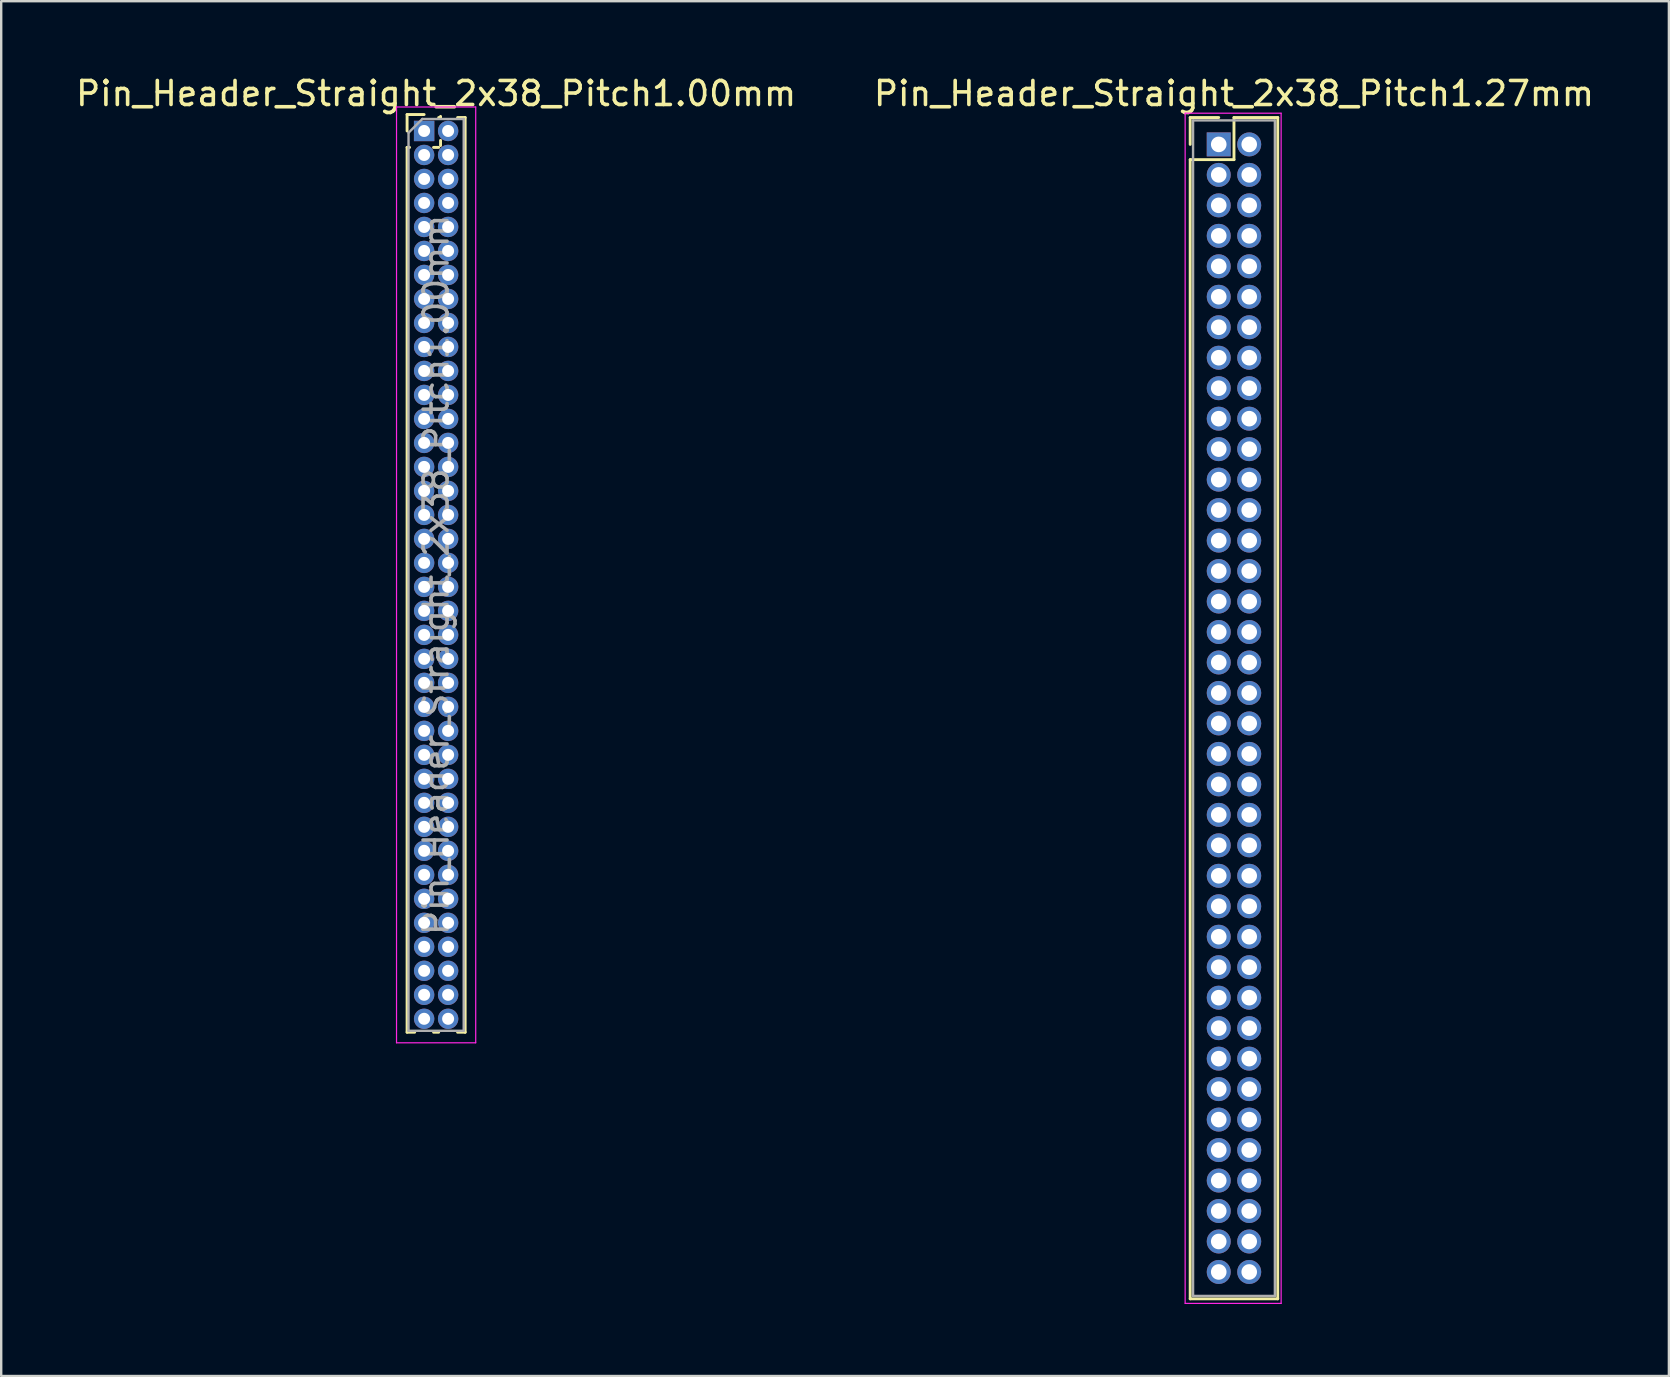
<source format=kicad_pcb>
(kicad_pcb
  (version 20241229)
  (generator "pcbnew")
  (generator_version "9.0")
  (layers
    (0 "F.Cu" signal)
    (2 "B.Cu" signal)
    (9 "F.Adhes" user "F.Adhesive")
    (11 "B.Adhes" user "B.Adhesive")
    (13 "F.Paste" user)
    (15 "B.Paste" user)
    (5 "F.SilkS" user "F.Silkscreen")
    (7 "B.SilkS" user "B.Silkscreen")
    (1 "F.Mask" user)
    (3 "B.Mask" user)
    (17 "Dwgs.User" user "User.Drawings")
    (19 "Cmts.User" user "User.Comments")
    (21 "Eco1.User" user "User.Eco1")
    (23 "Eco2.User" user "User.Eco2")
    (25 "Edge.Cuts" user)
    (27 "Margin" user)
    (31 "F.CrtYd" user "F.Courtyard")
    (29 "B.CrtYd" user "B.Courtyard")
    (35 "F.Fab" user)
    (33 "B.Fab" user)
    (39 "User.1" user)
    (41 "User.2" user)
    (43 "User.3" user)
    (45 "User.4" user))
  (footprint "Pin_Header_Straight_2x38_Pitch1.27mm"
    (layer "F.Cu")
    (at 47.74 2.968)
    (property "Reference" "Pin_Header_Straight_2x38_Pitch1.27mm" (at 0.635 -2.12 0) (layer "F.SilkS") (effects (font (size 1 1) (thickness 0.15))))
    (attr through_hole)
    (fp_line (start -1.19 -1.12) (end 0 -1.12) (stroke (width 0.12) (type solid)) (layer "F.SilkS"))
    (fp_line (start -1.19 0) (end -1.19 -1.12) (stroke (width 0.12) (type solid)) (layer "F.SilkS"))
    (fp_line (start -1.19 0.635) (end -1.19 48.11) (stroke (width 0.12) (type solid)) (layer "F.SilkS"))
    (fp_line (start -1.19 48.11) (end 2.46 48.11) (stroke (width 0.12) (type solid)) (layer "F.SilkS"))
    (fp_line (start 0.635 -1.12) (end 0.635 0.635) (stroke (width 0.12) (type solid)) (layer "F.SilkS"))
    (fp_line (start 0.635 0.635) (end -1.19 0.635) (stroke (width 0.12) (type solid)) (layer "F.SilkS"))
    (fp_line (start 2.46 -1.12) (end 0.635 -1.12) (stroke (width 0.12) (type solid)) (layer "F.SilkS"))
    (fp_line (start 2.46 48.11) (end 2.46 -1.12) (stroke (width 0.12) (type solid)) (layer "F.SilkS"))
    (fp_line (start -1.4 -1.3) (end -1.4 48.3) (stroke (width 0.05) (type solid)) (layer "F.CrtYd"))
    (fp_line (start -1.4 48.3) (end 2.6 48.3) (stroke (width 0.05) (type solid)) (layer "F.CrtYd"))
    (fp_line (start 2.6 -1.3) (end -1.4 -1.3) (stroke (width 0.05) (type solid)) (layer "F.CrtYd"))
    (fp_line (start 2.6 48.3) (end 2.6 -1.3) (stroke (width 0.05) (type solid)) (layer "F.CrtYd"))
    (fp_line (start -1.07 -1) (end -1.07 47.99) (stroke (width 0.1) (type solid)) (layer "F.Fab"))
    (fp_line (start -1.07 47.99) (end 2.34 47.99) (stroke (width 0.1) (type solid)) (layer "F.Fab"))
    (fp_line (start 2.34 -1) (end -1.07 -1) (stroke (width 0.1) (type solid)) (layer "F.Fab"))
    (fp_line (start 2.34 47.99) (end 2.34 -1) (stroke (width 0.1) (type solid)) (layer "F.Fab"))
    (pad "1" thru_hole rect (at 0 0) (size 1 1) (drill 0.65) (layers "*.Cu" "*.Mask"))
    (pad "2" thru_hole oval (at 1.27 0) (size 1 1) (drill 0.65) (layers "*.Cu" "*.Mask"))
    (pad "3" thru_hole oval (at 0 1.27) (size 1 1) (drill 0.65) (layers "*.Cu" "*.Mask"))
    (pad "4" thru_hole oval (at 1.27 1.27) (size 1 1) (drill 0.65) (layers "*.Cu" "*.Mask"))
    (pad "5" thru_hole oval (at 0 2.54) (size 1 1) (drill 0.65) (layers "*.Cu" "*.Mask"))
    (pad "6" thru_hole oval (at 1.27 2.54) (size 1 1) (drill 0.65) (layers "*.Cu" "*.Mask"))
    (pad "7" thru_hole oval (at 0 3.81) (size 1 1) (drill 0.65) (layers "*.Cu" "*.Mask"))
    (pad "8" thru_hole oval (at 1.27 3.81) (size 1 1) (drill 0.65) (layers "*.Cu" "*.Mask"))
    (pad "9" thru_hole oval (at 0 5.08) (size 1 1) (drill 0.65) (layers "*.Cu" "*.Mask"))
    (pad "10" thru_hole oval (at 1.27 5.08) (size 1 1) (drill 0.65) (layers "*.Cu" "*.Mask"))
    (pad "11" thru_hole oval (at 0 6.35) (size 1 1) (drill 0.65) (layers "*.Cu" "*.Mask"))
    (pad "12" thru_hole oval (at 1.27 6.35) (size 1 1) (drill 0.65) (layers "*.Cu" "*.Mask"))
    (pad "13" thru_hole oval (at 0 7.62) (size 1 1) (drill 0.65) (layers "*.Cu" "*.Mask"))
    (pad "14" thru_hole oval (at 1.27 7.62) (size 1 1) (drill 0.65) (layers "*.Cu" "*.Mask"))
    (pad "15" thru_hole oval (at 0 8.89) (size 1 1) (drill 0.65) (layers "*.Cu" "*.Mask"))
    (pad "16" thru_hole oval (at 1.27 8.89) (size 1 1) (drill 0.65) (layers "*.Cu" "*.Mask"))
    (pad "17" thru_hole oval (at 0 10.16) (size 1 1) (drill 0.65) (layers "*.Cu" "*.Mask"))
    (pad "18" thru_hole oval (at 1.27 10.16) (size 1 1) (drill 0.65) (layers "*.Cu" "*.Mask"))
    (pad "19" thru_hole oval (at 0 11.43) (size 1 1) (drill 0.65) (layers "*.Cu" "*.Mask"))
    (pad "20" thru_hole oval (at 1.27 11.43) (size 1 1) (drill 0.65) (layers "*.Cu" "*.Mask"))
    (pad "21" thru_hole oval (at 0 12.7) (size 1 1) (drill 0.65) (layers "*.Cu" "*.Mask"))
    (pad "22" thru_hole oval (at 1.27 12.7) (size 1 1) (drill 0.65) (layers "*.Cu" "*.Mask"))
    (pad "23" thru_hole oval (at 0 13.97) (size 1 1) (drill 0.65) (layers "*.Cu" "*.Mask"))
    (pad "24" thru_hole oval (at 1.27 13.97) (size 1 1) (drill 0.65) (layers "*.Cu" "*.Mask"))
    (pad "25" thru_hole oval (at 0 15.24) (size 1 1) (drill 0.65) (layers "*.Cu" "*.Mask"))
    (pad "26" thru_hole oval (at 1.27 15.24) (size 1 1) (drill 0.65) (layers "*.Cu" "*.Mask"))
    (pad "27" thru_hole oval (at 0 16.51) (size 1 1) (drill 0.65) (layers "*.Cu" "*.Mask"))
    (pad "28" thru_hole oval (at 1.27 16.51) (size 1 1) (drill 0.65) (layers "*.Cu" "*.Mask"))
    (pad "29" thru_hole oval (at 0 17.78) (size 1 1) (drill 0.65) (layers "*.Cu" "*.Mask"))
    (pad "30" thru_hole oval (at 1.27 17.78) (size 1 1) (drill 0.65) (layers "*.Cu" "*.Mask"))
    (pad "31" thru_hole oval (at 0 19.05) (size 1 1) (drill 0.65) (layers "*.Cu" "*.Mask"))
    (pad "32" thru_hole oval (at 1.27 19.05) (size 1 1) (drill 0.65) (layers "*.Cu" "*.Mask"))
    (pad "33" thru_hole oval (at 0 20.32) (size 1 1) (drill 0.65) (layers "*.Cu" "*.Mask"))
    (pad "34" thru_hole oval (at 1.27 20.32) (size 1 1) (drill 0.65) (layers "*.Cu" "*.Mask"))
    (pad "35" thru_hole oval (at 0 21.59) (size 1 1) (drill 0.65) (layers "*.Cu" "*.Mask"))
    (pad "36" thru_hole oval (at 1.27 21.59) (size 1 1) (drill 0.65) (layers "*.Cu" "*.Mask"))
    (pad "37" thru_hole oval (at 0 22.86) (size 1 1) (drill 0.65) (layers "*.Cu" "*.Mask"))
    (pad "38" thru_hole oval (at 1.27 22.86) (size 1 1) (drill 0.65) (layers "*.Cu" "*.Mask"))
    (pad "39" thru_hole oval (at 0 24.13) (size 1 1) (drill 0.65) (layers "*.Cu" "*.Mask"))
    (pad "40" thru_hole oval (at 1.27 24.13) (size 1 1) (drill 0.65) (layers "*.Cu" "*.Mask"))
    (pad "41" thru_hole oval (at 0 25.4) (size 1 1) (drill 0.65) (layers "*.Cu" "*.Mask"))
    (pad "42" thru_hole oval (at 1.27 25.4) (size 1 1) (drill 0.65) (layers "*.Cu" "*.Mask"))
    (pad "43" thru_hole oval (at 0 26.67) (size 1 1) (drill 0.65) (layers "*.Cu" "*.Mask"))
    (pad "44" thru_hole oval (at 1.27 26.67) (size 1 1) (drill 0.65) (layers "*.Cu" "*.Mask"))
    (pad "45" thru_hole oval (at 0 27.94) (size 1 1) (drill 0.65) (layers "*.Cu" "*.Mask"))
    (pad "46" thru_hole oval (at 1.27 27.94) (size 1 1) (drill 0.65) (layers "*.Cu" "*.Mask"))
    (pad "47" thru_hole oval (at 0 29.21) (size 1 1) (drill 0.65) (layers "*.Cu" "*.Mask"))
    (pad "48" thru_hole oval (at 1.27 29.21) (size 1 1) (drill 0.65) (layers "*.Cu" "*.Mask"))
    (pad "49" thru_hole oval (at 0 30.48) (size 1 1) (drill 0.65) (layers "*.Cu" "*.Mask"))
    (pad "50" thru_hole oval (at 1.27 30.48) (size 1 1) (drill 0.65) (layers "*.Cu" "*.Mask"))
    (pad "51" thru_hole oval (at 0 31.75) (size 1 1) (drill 0.65) (layers "*.Cu" "*.Mask"))
    (pad "52" thru_hole oval (at 1.27 31.75) (size 1 1) (drill 0.65) (layers "*.Cu" "*.Mask"))
    (pad "53" thru_hole oval (at 0 33.02) (size 1 1) (drill 0.65) (layers "*.Cu" "*.Mask"))
    (pad "54" thru_hole oval (at 1.27 33.02) (size 1 1) (drill 0.65) (layers "*.Cu" "*.Mask"))
    (pad "55" thru_hole oval (at 0 34.29) (size 1 1) (drill 0.65) (layers "*.Cu" "*.Mask"))
    (pad "56" thru_hole oval (at 1.27 34.29) (size 1 1) (drill 0.65) (layers "*.Cu" "*.Mask"))
    (pad "57" thru_hole oval (at 0 35.56) (size 1 1) (drill 0.65) (layers "*.Cu" "*.Mask"))
    (pad "58" thru_hole oval (at 1.27 35.56) (size 1 1) (drill 0.65) (layers "*.Cu" "*.Mask"))
    (pad "59" thru_hole oval (at 0 36.83) (size 1 1) (drill 0.65) (layers "*.Cu" "*.Mask"))
    (pad "60" thru_hole oval (at 1.27 36.83) (size 1 1) (drill 0.65) (layers "*.Cu" "*.Mask"))
    (pad "61" thru_hole oval (at 0 38.1) (size 1 1) (drill 0.65) (layers "*.Cu" "*.Mask"))
    (pad "62" thru_hole oval (at 1.27 38.1) (size 1 1) (drill 0.65) (layers "*.Cu" "*.Mask"))
    (pad "63" thru_hole oval (at 0 39.37) (size 1 1) (drill 0.65) (layers "*.Cu" "*.Mask"))
    (pad "64" thru_hole oval (at 1.27 39.37) (size 1 1) (drill 0.65) (layers "*.Cu" "*.Mask"))
    (pad "65" thru_hole oval (at 0 40.64) (size 1 1) (drill 0.65) (layers "*.Cu" "*.Mask"))
    (pad "66" thru_hole oval (at 1.27 40.64) (size 1 1) (drill 0.65) (layers "*.Cu" "*.Mask"))
    (pad "67" thru_hole oval (at 0 41.91) (size 1 1) (drill 0.65) (layers "*.Cu" "*.Mask"))
    (pad "68" thru_hole oval (at 1.27 41.91) (size 1 1) (drill 0.65) (layers "*.Cu" "*.Mask"))
    (pad "69" thru_hole oval (at 0 43.18) (size 1 1) (drill 0.65) (layers "*.Cu" "*.Mask"))
    (pad "70" thru_hole oval (at 1.27 43.18) (size 1 1) (drill 0.65) (layers "*.Cu" "*.Mask"))
    (pad "71" thru_hole oval (at 0 44.45) (size 1 1) (drill 0.65) (layers "*.Cu" "*.Mask"))
    (pad "72" thru_hole oval (at 1.27 44.45) (size 1 1) (drill 0.65) (layers "*.Cu" "*.Mask"))
    (pad "73" thru_hole oval (at 0 45.72) (size 1 1) (drill 0.65) (layers "*.Cu" "*.Mask"))
    (pad "74" thru_hole oval (at 1.27 45.72) (size 1 1) (drill 0.65) (layers "*.Cu" "*.Mask"))
    (pad "75" thru_hole oval (at 0 46.99) (size 1 1) (drill 0.65) (layers "*.Cu" "*.Mask"))
    (pad "76" thru_hole oval (at 1.27 46.99) (size 1 1) (drill 0.65) (layers "*.Cu" "*.Mask")))
  (footprint "Pin_Header_Straight_2x38_Pitch1.00mm"
    (layer "F.Cu")
    (at 14.625 2.408)
    (property "Reference" "Pin_Header_Straight_2x38_Pitch1.00mm" (at 0.5 -1.56 0) (layer "F.SilkS") (effects (font (size 1 1) (thickness 0.15))))
    (attr through_hole)
    (fp_line (start -0.71 -0.685) (end 0 -0.685) (stroke (width 0.12) (type solid)) (layer "F.SilkS"))
    (fp_line (start -0.71 0) (end -0.71 -0.685) (stroke (width 0.12) (type solid)) (layer "F.SilkS"))
    (fp_line (start -0.71 0.685) (end -0.71 37.56) (stroke (width 0.12) (type solid)) (layer "F.SilkS"))
    (fp_line (start -0.71 0.685) (end -0.608 0.685) (stroke (width 0.12) (type solid)) (layer "F.SilkS"))
    (fp_line (start -0.71 37.56) (end -0.394 37.56) (stroke (width 0.12) (type solid)) (layer "F.SilkS"))
    (fp_line (start 0.394 37.56) (end 0.606 37.56) (stroke (width 0.12) (type solid)) (layer "F.SilkS"))
    (fp_line (start 0.608 0.685) (end 0.392 0.685) (stroke (width 0.12) (type solid)) (layer "F.SilkS"))
    (fp_line (start 0.685 -0.608) (end 0.685 -0.56) (stroke (width 0.12) (type solid)) (layer "F.SilkS"))
    (fp_line (start 0.685 -0.56) (end 0.606 -0.56) (stroke (width 0.12) (type solid)) (layer "F.SilkS"))
    (fp_line (start 0.685 0.392) (end 0.685 0.608) (stroke (width 0.12) (type solid)) (layer "F.SilkS"))
    (fp_line (start 1.394 -0.56) (end 1.71 -0.56) (stroke (width 0.12) (type solid)) (layer "F.SilkS"))
    (fp_line (start 1.394 37.56) (end 1.71 37.56) (stroke (width 0.12) (type solid)) (layer "F.SilkS"))
    (fp_line (start 1.71 -0.56) (end 1.71 37.56) (stroke (width 0.12) (type solid)) (layer "F.SilkS"))
    (fp_line (start -1.15 -1) (end -1.15 38) (stroke (width 0.05) (type solid)) (layer "F.CrtYd"))
    (fp_line (start -1.15 38) (end 2.15 38) (stroke (width 0.05) (type solid)) (layer "F.CrtYd"))
    (fp_line (start 2.15 -1) (end -1.15 -1) (stroke (width 0.05) (type solid)) (layer "F.CrtYd"))
    (fp_line (start 2.15 38) (end 2.15 -1) (stroke (width 0.05) (type solid)) (layer "F.CrtYd"))
    (fp_line (start -0.65 0.075) (end -0.075 -0.5) (stroke (width 0.1) (type solid)) (layer "F.Fab"))
    (fp_line (start -0.65 37.5) (end -0.65 0.075) (stroke (width 0.1) (type solid)) (layer "F.Fab"))
    (fp_line (start -0.075 -0.5) (end 1.65 -0.5) (stroke (width 0.1) (type solid)) (layer "F.Fab"))
    (fp_line (start 1.65 -0.5) (end 1.65 37.5) (stroke (width 0.1) (type solid)) (layer "F.Fab"))
    (fp_line (start 1.65 37.5) (end -0.65 37.5) (stroke (width 0.1) (type solid)) (layer "F.Fab"))
    (fp_text user "${REFERENCE}" (at 0.5 18.5 90) (layer "F.Fab") (effects (font (size 1 1) (thickness 0.15))))
    (pad "1" thru_hole rect (at 0 0) (size 0.85 0.85) (drill 0.5) (layers "*.Cu" "*.Mask"))
    (pad "2" thru_hole oval (at 1 0) (size 0.85 0.85) (drill 0.5) (layers "*.Cu" "*.Mask"))
    (pad "3" thru_hole oval (at 0 1) (size 0.85 0.85) (drill 0.5) (layers "*.Cu" "*.Mask"))
    (pad "4" thru_hole oval (at 1 1) (size 0.85 0.85) (drill 0.5) (layers "*.Cu" "*.Mask"))
    (pad "5" thru_hole oval (at 0 2) (size 0.85 0.85) (drill 0.5) (layers "*.Cu" "*.Mask"))
    (pad "6" thru_hole oval (at 1 2) (size 0.85 0.85) (drill 0.5) (layers "*.Cu" "*.Mask"))
    (pad "7" thru_hole oval (at 0 3) (size 0.85 0.85) (drill 0.5) (layers "*.Cu" "*.Mask"))
    (pad "8" thru_hole oval (at 1 3) (size 0.85 0.85) (drill 0.5) (layers "*.Cu" "*.Mask"))
    (pad "9" thru_hole oval (at 0 4) (size 0.85 0.85) (drill 0.5) (layers "*.Cu" "*.Mask"))
    (pad "10" thru_hole oval (at 1 4) (size 0.85 0.85) (drill 0.5) (layers "*.Cu" "*.Mask"))
    (pad "11" thru_hole oval (at 0 5) (size 0.85 0.85) (drill 0.5) (layers "*.Cu" "*.Mask"))
    (pad "12" thru_hole oval (at 1 5) (size 0.85 0.85) (drill 0.5) (layers "*.Cu" "*.Mask"))
    (pad "13" thru_hole oval (at 0 6) (size 0.85 0.85) (drill 0.5) (layers "*.Cu" "*.Mask"))
    (pad "14" thru_hole oval (at 1 6) (size 0.85 0.85) (drill 0.5) (layers "*.Cu" "*.Mask"))
    (pad "15" thru_hole oval (at 0 7) (size 0.85 0.85) (drill 0.5) (layers "*.Cu" "*.Mask"))
    (pad "16" thru_hole oval (at 1 7) (size 0.85 0.85) (drill 0.5) (layers "*.Cu" "*.Mask"))
    (pad "17" thru_hole oval (at 0 8) (size 0.85 0.85) (drill 0.5) (layers "*.Cu" "*.Mask"))
    (pad "18" thru_hole oval (at 1 8) (size 0.85 0.85) (drill 0.5) (layers "*.Cu" "*.Mask"))
    (pad "19" thru_hole oval (at 0 9) (size 0.85 0.85) (drill 0.5) (layers "*.Cu" "*.Mask"))
    (pad "20" thru_hole oval (at 1 9) (size 0.85 0.85) (drill 0.5) (layers "*.Cu" "*.Mask"))
    (pad "21" thru_hole oval (at 0 10) (size 0.85 0.85) (drill 0.5) (layers "*.Cu" "*.Mask"))
    (pad "22" thru_hole oval (at 1 10) (size 0.85 0.85) (drill 0.5) (layers "*.Cu" "*.Mask"))
    (pad "23" thru_hole oval (at 0 11) (size 0.85 0.85) (drill 0.5) (layers "*.Cu" "*.Mask"))
    (pad "24" thru_hole oval (at 1 11) (size 0.85 0.85) (drill 0.5) (layers "*.Cu" "*.Mask"))
    (pad "25" thru_hole oval (at 0 12) (size 0.85 0.85) (drill 0.5) (layers "*.Cu" "*.Mask"))
    (pad "26" thru_hole oval (at 1 12) (size 0.85 0.85) (drill 0.5) (layers "*.Cu" "*.Mask"))
    (pad "27" thru_hole oval (at 0 13) (size 0.85 0.85) (drill 0.5) (layers "*.Cu" "*.Mask"))
    (pad "28" thru_hole oval (at 1 13) (size 0.85 0.85) (drill 0.5) (layers "*.Cu" "*.Mask"))
    (pad "29" thru_hole oval (at 0 14) (size 0.85 0.85) (drill 0.5) (layers "*.Cu" "*.Mask"))
    (pad "30" thru_hole oval (at 1 14) (size 0.85 0.85) (drill 0.5) (layers "*.Cu" "*.Mask"))
    (pad "31" thru_hole oval (at 0 15) (size 0.85 0.85) (drill 0.5) (layers "*.Cu" "*.Mask"))
    (pad "32" thru_hole oval (at 1 15) (size 0.85 0.85) (drill 0.5) (layers "*.Cu" "*.Mask"))
    (pad "33" thru_hole oval (at 0 16) (size 0.85 0.85) (drill 0.5) (layers "*.Cu" "*.Mask"))
    (pad "34" thru_hole oval (at 1 16) (size 0.85 0.85) (drill 0.5) (layers "*.Cu" "*.Mask"))
    (pad "35" thru_hole oval (at 0 17) (size 0.85 0.85) (drill 0.5) (layers "*.Cu" "*.Mask"))
    (pad "36" thru_hole oval (at 1 17) (size 0.85 0.85) (drill 0.5) (layers "*.Cu" "*.Mask"))
    (pad "37" thru_hole oval (at 0 18) (size 0.85 0.85) (drill 0.5) (layers "*.Cu" "*.Mask"))
    (pad "38" thru_hole oval (at 1 18) (size 0.85 0.85) (drill 0.5) (layers "*.Cu" "*.Mask"))
    (pad "39" thru_hole oval (at 0 19) (size 0.85 0.85) (drill 0.5) (layers "*.Cu" "*.Mask"))
    (pad "40" thru_hole oval (at 1 19) (size 0.85 0.85) (drill 0.5) (layers "*.Cu" "*.Mask"))
    (pad "41" thru_hole oval (at 0 20) (size 0.85 0.85) (drill 0.5) (layers "*.Cu" "*.Mask"))
    (pad "42" thru_hole oval (at 1 20) (size 0.85 0.85) (drill 0.5) (layers "*.Cu" "*.Mask"))
    (pad "43" thru_hole oval (at 0 21) (size 0.85 0.85) (drill 0.5) (layers "*.Cu" "*.Mask"))
    (pad "44" thru_hole oval (at 1 21) (size 0.85 0.85) (drill 0.5) (layers "*.Cu" "*.Mask"))
    (pad "45" thru_hole oval (at 0 22) (size 0.85 0.85) (drill 0.5) (layers "*.Cu" "*.Mask"))
    (pad "46" thru_hole oval (at 1 22) (size 0.85 0.85) (drill 0.5) (layers "*.Cu" "*.Mask"))
    (pad "47" thru_hole oval (at 0 23) (size 0.85 0.85) (drill 0.5) (layers "*.Cu" "*.Mask"))
    (pad "48" thru_hole oval (at 1 23) (size 0.85 0.85) (drill 0.5) (layers "*.Cu" "*.Mask"))
    (pad "49" thru_hole oval (at 0 24) (size 0.85 0.85) (drill 0.5) (layers "*.Cu" "*.Mask"))
    (pad "50" thru_hole oval (at 1 24) (size 0.85 0.85) (drill 0.5) (layers "*.Cu" "*.Mask"))
    (pad "51" thru_hole oval (at 0 25) (size 0.85 0.85) (drill 0.5) (layers "*.Cu" "*.Mask"))
    (pad "52" thru_hole oval (at 1 25) (size 0.85 0.85) (drill 0.5) (layers "*.Cu" "*.Mask"))
    (pad "53" thru_hole oval (at 0 26) (size 0.85 0.85) (drill 0.5) (layers "*.Cu" "*.Mask"))
    (pad "54" thru_hole oval (at 1 26) (size 0.85 0.85) (drill 0.5) (layers "*.Cu" "*.Mask"))
    (pad "55" thru_hole oval (at 0 27) (size 0.85 0.85) (drill 0.5) (layers "*.Cu" "*.Mask"))
    (pad "56" thru_hole oval (at 1 27) (size 0.85 0.85) (drill 0.5) (layers "*.Cu" "*.Mask"))
    (pad "57" thru_hole oval (at 0 28) (size 0.85 0.85) (drill 0.5) (layers "*.Cu" "*.Mask"))
    (pad "58" thru_hole oval (at 1 28) (size 0.85 0.85) (drill 0.5) (layers "*.Cu" "*.Mask"))
    (pad "59" thru_hole oval (at 0 29) (size 0.85 0.85) (drill 0.5) (layers "*.Cu" "*.Mask"))
    (pad "60" thru_hole oval (at 1 29) (size 0.85 0.85) (drill 0.5) (layers "*.Cu" "*.Mask"))
    (pad "61" thru_hole oval (at 0 30) (size 0.85 0.85) (drill 0.5) (layers "*.Cu" "*.Mask"))
    (pad "62" thru_hole oval (at 1 30) (size 0.85 0.85) (drill 0.5) (layers "*.Cu" "*.Mask"))
    (pad "63" thru_hole oval (at 0 31) (size 0.85 0.85) (drill 0.5) (layers "*.Cu" "*.Mask"))
    (pad "64" thru_hole oval (at 1 31) (size 0.85 0.85) (drill 0.5) (layers "*.Cu" "*.Mask"))
    (pad "65" thru_hole oval (at 0 32) (size 0.85 0.85) (drill 0.5) (layers "*.Cu" "*.Mask"))
    (pad "66" thru_hole oval (at 1 32) (size 0.85 0.85) (drill 0.5) (layers "*.Cu" "*.Mask"))
    (pad "67" thru_hole oval (at 0 33) (size 0.85 0.85) (drill 0.5) (layers "*.Cu" "*.Mask"))
    (pad "68" thru_hole oval (at 1 33) (size 0.85 0.85) (drill 0.5) (layers "*.Cu" "*.Mask"))
    (pad "69" thru_hole oval (at 0 34) (size 0.85 0.85) (drill 0.5) (layers "*.Cu" "*.Mask"))
    (pad "70" thru_hole oval (at 1 34) (size 0.85 0.85) (drill 0.5) (layers "*.Cu" "*.Mask"))
    (pad "71" thru_hole oval (at 0 35) (size 0.85 0.85) (drill 0.5) (layers "*.Cu" "*.Mask"))
    (pad "72" thru_hole oval (at 1 35) (size 0.85 0.85) (drill 0.5) (layers "*.Cu" "*.Mask"))
    (pad "73" thru_hole oval (at 0 36) (size 0.85 0.85) (drill 0.5) (layers "*.Cu" "*.Mask"))
    (pad "74" thru_hole oval (at 1 36) (size 0.85 0.85) (drill 0.5) (layers "*.Cu" "*.Mask"))
    (pad "75" thru_hole oval (at 0 37) (size 0.85 0.85) (drill 0.5) (layers "*.Cu" "*.Mask"))
    (pad "76" thru_hole oval (at 1 37) (size 0.85 0.85) (drill 0.5) (layers "*.Cu" "*.Mask")))
  (gr_rect
    (start -3 -3)
    (end 66.5 54.293)
    (stroke (width 0.1) (type default))
    (fill no)
    (layer "Edge.Cuts")))
</source>
